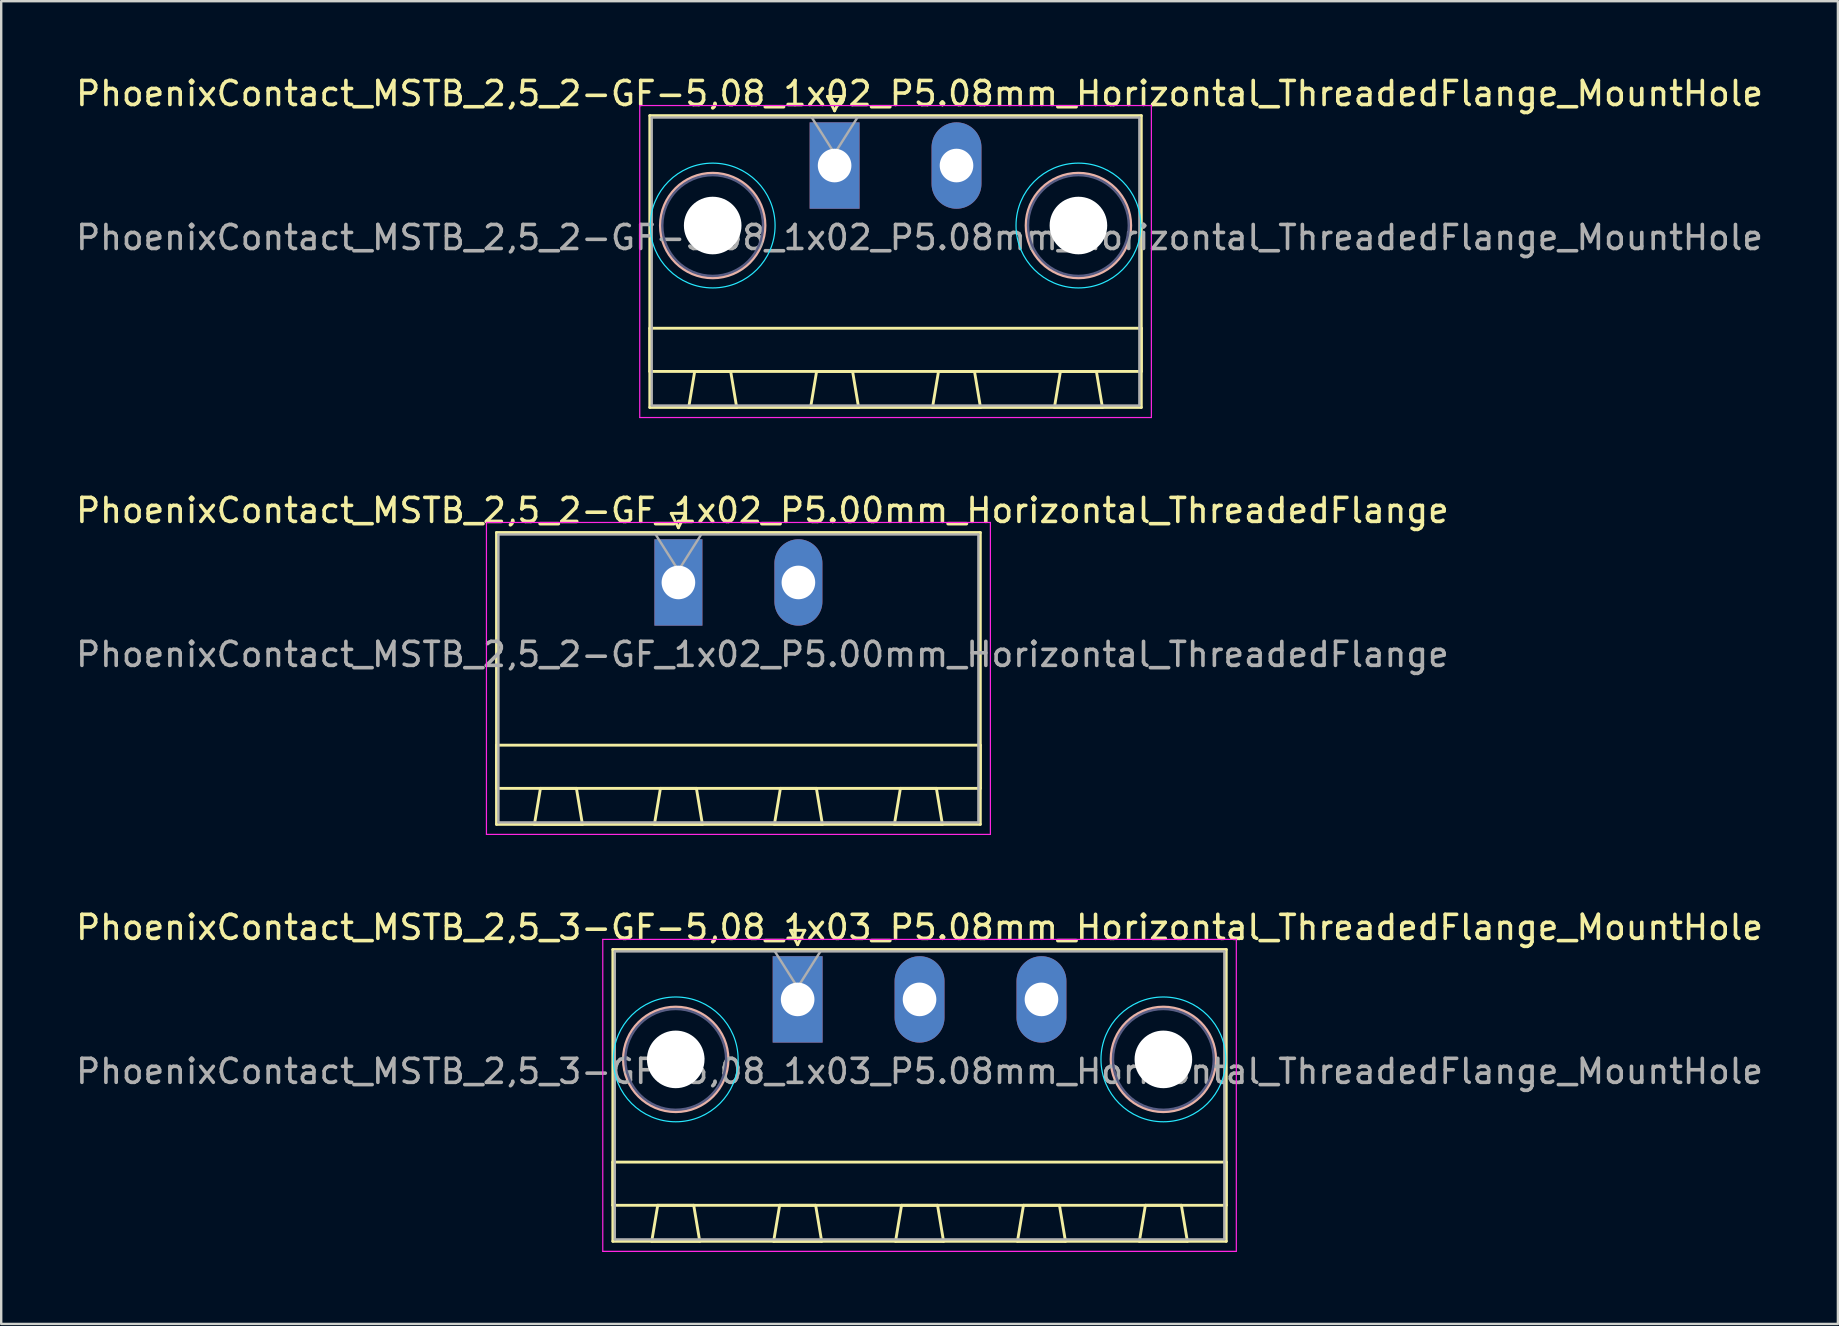
<source format=kicad_pcb>
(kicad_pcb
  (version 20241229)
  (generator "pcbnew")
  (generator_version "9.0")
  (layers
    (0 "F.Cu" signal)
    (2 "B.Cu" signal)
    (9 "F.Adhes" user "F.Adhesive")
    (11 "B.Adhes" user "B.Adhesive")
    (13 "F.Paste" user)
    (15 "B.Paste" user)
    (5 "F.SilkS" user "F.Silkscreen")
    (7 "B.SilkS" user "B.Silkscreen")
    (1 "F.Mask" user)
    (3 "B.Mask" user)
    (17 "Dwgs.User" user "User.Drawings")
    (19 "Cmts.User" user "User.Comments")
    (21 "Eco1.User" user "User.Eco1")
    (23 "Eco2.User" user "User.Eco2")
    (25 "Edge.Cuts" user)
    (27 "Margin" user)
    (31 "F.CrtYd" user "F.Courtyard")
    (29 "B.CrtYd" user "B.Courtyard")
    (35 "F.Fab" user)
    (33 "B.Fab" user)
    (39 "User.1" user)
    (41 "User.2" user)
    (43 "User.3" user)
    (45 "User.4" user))
  (footprint "PhoenixContact_MSTB_2,5_2-GF-5,08_1x02_P5.08mm_Horizontal_ThreadedFlange_MountHole"
    (layer "F.Cu")
    (at 31.728 3.848)
    (property "Reference" "PhoenixContact_MSTB_2,5_2-GF-5,08_1x02_P5.08mm_Horizontal_ThreadedFlange_MountHole" (at 3.54 -3 0) (layer "F.SilkS") (effects (font (size 1 1) (thickness 0.15))))
    (attr through_hole)
    (fp_line (start -7.7 -2.08) (end -7.7 10.08) (stroke (width 0.12) (type solid)) (layer "F.SilkS"))
    (fp_line (start -7.7 6.78) (end 12.78 6.78) (stroke (width 0.12) (type solid)) (layer "F.SilkS"))
    (fp_line (start -7.7 8.58) (end -7.7 6.78) (stroke (width 0.12) (type solid)) (layer "F.SilkS"))
    (fp_line (start -7.7 10.08) (end 12.78 10.08) (stroke (width 0.12) (type solid)) (layer "F.SilkS"))
    (fp_line (start -6.08 10.08) (end -4.08 10.08) (stroke (width 0.12) (type solid)) (layer "F.SilkS"))
    (fp_line (start -5.83 8.58) (end -6.08 10.08) (stroke (width 0.12) (type solid)) (layer "F.SilkS"))
    (fp_line (start -4.33 8.58) (end -5.83 8.58) (stroke (width 0.12) (type solid)) (layer "F.SilkS"))
    (fp_line (start -4.08 10.08) (end -4.33 8.58) (stroke (width 0.12) (type solid)) (layer "F.SilkS"))
    (fp_line (start -1 10.08) (end 1 10.08) (stroke (width 0.12) (type solid)) (layer "F.SilkS"))
    (fp_line (start -0.75 8.58) (end -1 10.08) (stroke (width 0.12) (type solid)) (layer "F.SilkS"))
    (fp_line (start -0.3 -2.88) (end 0.3 -2.88) (stroke (width 0.12) (type solid)) (layer "F.SilkS"))
    (fp_line (start 0 -2.28) (end -0.3 -2.88) (stroke (width 0.12) (type solid)) (layer "F.SilkS"))
    (fp_line (start 0.3 -2.88) (end 0 -2.28) (stroke (width 0.12) (type solid)) (layer "F.SilkS"))
    (fp_line (start 0.75 8.58) (end -0.75 8.58) (stroke (width 0.12) (type solid)) (layer "F.SilkS"))
    (fp_line (start 1 10.08) (end 0.75 8.58) (stroke (width 0.12) (type solid)) (layer "F.SilkS"))
    (fp_line (start 4.08 10.08) (end 6.08 10.08) (stroke (width 0.12) (type solid)) (layer "F.SilkS"))
    (fp_line (start 4.33 8.58) (end 4.08 10.08) (stroke (width 0.12) (type solid)) (layer "F.SilkS"))
    (fp_line (start 5.83 8.58) (end 4.33 8.58) (stroke (width 0.12) (type solid)) (layer "F.SilkS"))
    (fp_line (start 6.08 10.08) (end 5.83 8.58) (stroke (width 0.12) (type solid)) (layer "F.SilkS"))
    (fp_line (start 9.16 10.08) (end 11.16 10.08) (stroke (width 0.12) (type solid)) (layer "F.SilkS"))
    (fp_line (start 9.41 8.58) (end 9.16 10.08) (stroke (width 0.12) (type solid)) (layer "F.SilkS"))
    (fp_line (start 10.91 8.58) (end 9.41 8.58) (stroke (width 0.12) (type solid)) (layer "F.SilkS"))
    (fp_line (start 11.16 10.08) (end 10.91 8.58) (stroke (width 0.12) (type solid)) (layer "F.SilkS"))
    (fp_line (start 12.78 -2.08) (end -7.7 -2.08) (stroke (width 0.12) (type solid)) (layer "F.SilkS"))
    (fp_line (start 12.78 6.78) (end 12.78 8.58) (stroke (width 0.12) (type solid)) (layer "F.SilkS"))
    (fp_line (start 12.78 8.58) (end -7.7 8.58) (stroke (width 0.12) (type solid)) (layer "F.SilkS"))
    (fp_line (start 12.78 10.08) (end 12.78 -2.08) (stroke (width 0.12) (type solid)) (layer "F.SilkS"))
    (fp_circle (center -5.08 2.5) (end -2.9 2.5) (stroke (width 0.12) (type solid)) (fill no) (layer "B.SilkS"))
    (fp_circle (center 10.16 2.5) (end 12.34 2.5) (stroke (width 0.12) (type solid)) (fill no) (layer "B.SilkS"))
    (fp_circle (center -5.08 2.5) (end -2.48 2.5) (stroke (width 0.05) (type solid)) (fill no) (layer "B.CrtYd"))
    (fp_circle (center 10.16 2.5) (end 12.76 2.5) (stroke (width 0.05) (type solid)) (fill no) (layer "B.CrtYd"))
    (fp_line (start -8.12 -2.5) (end -8.12 10.5) (stroke (width 0.05) (type solid)) (layer "F.CrtYd"))
    (fp_line (start -8.12 10.5) (end 13.2 10.5) (stroke (width 0.05) (type solid)) (layer "F.CrtYd"))
    (fp_line (start 13.2 -2.5) (end -8.12 -2.5) (stroke (width 0.05) (type solid)) (layer "F.CrtYd"))
    (fp_line (start 13.2 10.5) (end 13.2 -2.5) (stroke (width 0.05) (type solid)) (layer "F.CrtYd"))
    (fp_circle (center -5.08 2.5) (end -2.98 2.5) (stroke (width 0.1) (type solid)) (fill no) (layer "B.Fab"))
    (fp_circle (center 10.16 2.5) (end 12.26 2.5) (stroke (width 0.1) (type solid)) (fill no) (layer "B.Fab"))
    (fp_line (start -7.62 -2) (end -7.62 10) (stroke (width 0.1) (type solid)) (layer "F.Fab"))
    (fp_line (start -7.62 10) (end 12.7 10) (stroke (width 0.1) (type solid)) (layer "F.Fab"))
    (fp_line (start 0 -0.5) (end -0.95 -2) (stroke (width 0.1) (type solid)) (layer "F.Fab"))
    (fp_line (start 0.95 -2) (end 0 -0.5) (stroke (width 0.1) (type solid)) (layer "F.Fab"))
    (fp_line (start 12.7 -2) (end -7.62 -2) (stroke (width 0.1) (type solid)) (layer "F.Fab"))
    (fp_line (start 12.7 10) (end 12.7 -2) (stroke (width 0.1) (type solid)) (layer "F.Fab"))
    (fp_text user "${REFERENCE}" (at 3.54 3 0) (layer "F.Fab") (effects (font (size 1 1) (thickness 0.15))))
    (pad "" np_thru_hole circle (at -5.08 2.5) (size 2.4 2.4) (drill 2.4) (layers "*.Cu" "*.Mask"))
    (pad "" np_thru_hole circle (at 10.16 2.5) (size 2.4 2.4) (drill 2.4) (layers "*.Cu" "*.Mask"))
    (pad "1" thru_hole rect (at 0 0) (size 2.08 3.6) (drill 1.4) (layers "*.Cu" "*.Mask"))
    (pad "2" thru_hole oval (at 5.08 0) (size 2.08 3.6) (drill 1.4) (layers "*.Cu" "*.Mask")))
  (footprint "PhoenixContact_MSTB_2,5_2-GF_1x02_P5.00mm_Horizontal_ThreadedFlange"
    (layer "F.Cu")
    (at 25.22 21.221)
    (property "Reference" "PhoenixContact_MSTB_2,5_2-GF_1x02_P5.00mm_Horizontal_ThreadedFlange" (at 3.5 -3 0) (layer "F.SilkS") (effects (font (size 1 1) (thickness 0.15))))
    (attr through_hole)
    (fp_line (start -7.58 -2.08) (end -7.58 10.08) (stroke (width 0.12) (type solid)) (layer "F.SilkS"))
    (fp_line (start -7.58 6.78) (end 12.58 6.78) (stroke (width 0.12) (type solid)) (layer "F.SilkS"))
    (fp_line (start -7.58 8.58) (end -7.58 6.78) (stroke (width 0.12) (type solid)) (layer "F.SilkS"))
    (fp_line (start -7.58 10.08) (end 12.58 10.08) (stroke (width 0.12) (type solid)) (layer "F.SilkS"))
    (fp_line (start -6 10.08) (end -4 10.08) (stroke (width 0.12) (type solid)) (layer "F.SilkS"))
    (fp_line (start -5.75 8.58) (end -6 10.08) (stroke (width 0.12) (type solid)) (layer "F.SilkS"))
    (fp_line (start -4.25 8.58) (end -5.75 8.58) (stroke (width 0.12) (type solid)) (layer "F.SilkS"))
    (fp_line (start -4 10.08) (end -4.25 8.58) (stroke (width 0.12) (type solid)) (layer "F.SilkS"))
    (fp_line (start -1 10.08) (end 1 10.08) (stroke (width 0.12) (type solid)) (layer "F.SilkS"))
    (fp_line (start -0.75 8.58) (end -1 10.08) (stroke (width 0.12) (type solid)) (layer "F.SilkS"))
    (fp_line (start -0.3 -2.88) (end 0.3 -2.88) (stroke (width 0.12) (type solid)) (layer "F.SilkS"))
    (fp_line (start 0 -2.28) (end -0.3 -2.88) (stroke (width 0.12) (type solid)) (layer "F.SilkS"))
    (fp_line (start 0.3 -2.88) (end 0 -2.28) (stroke (width 0.12) (type solid)) (layer "F.SilkS"))
    (fp_line (start 0.75 8.58) (end -0.75 8.58) (stroke (width 0.12) (type solid)) (layer "F.SilkS"))
    (fp_line (start 1 10.08) (end 0.75 8.58) (stroke (width 0.12) (type solid)) (layer "F.SilkS"))
    (fp_line (start 4 10.08) (end 6 10.08) (stroke (width 0.12) (type solid)) (layer "F.SilkS"))
    (fp_line (start 4.25 8.58) (end 4 10.08) (stroke (width 0.12) (type solid)) (layer "F.SilkS"))
    (fp_line (start 5.75 8.58) (end 4.25 8.58) (stroke (width 0.12) (type solid)) (layer "F.SilkS"))
    (fp_line (start 6 10.08) (end 5.75 8.58) (stroke (width 0.12) (type solid)) (layer "F.SilkS"))
    (fp_line (start 9 10.08) (end 11 10.08) (stroke (width 0.12) (type solid)) (layer "F.SilkS"))
    (fp_line (start 9.25 8.58) (end 9 10.08) (stroke (width 0.12) (type solid)) (layer "F.SilkS"))
    (fp_line (start 10.75 8.58) (end 9.25 8.58) (stroke (width 0.12) (type solid)) (layer "F.SilkS"))
    (fp_line (start 11 10.08) (end 10.75 8.58) (stroke (width 0.12) (type solid)) (layer "F.SilkS"))
    (fp_line (start 12.58 -2.08) (end -7.58 -2.08) (stroke (width 0.12) (type solid)) (layer "F.SilkS"))
    (fp_line (start 12.58 6.78) (end 12.58 8.58) (stroke (width 0.12) (type solid)) (layer "F.SilkS"))
    (fp_line (start 12.58 8.58) (end -7.58 8.58) (stroke (width 0.12) (type solid)) (layer "F.SilkS"))
    (fp_line (start 12.58 10.08) (end 12.58 -2.08) (stroke (width 0.12) (type solid)) (layer "F.SilkS"))
    (fp_line (start -8 -2.5) (end -8 10.5) (stroke (width 0.05) (type solid)) (layer "F.CrtYd"))
    (fp_line (start -8 10.5) (end 13 10.5) (stroke (width 0.05) (type solid)) (layer "F.CrtYd"))
    (fp_line (start 13 -2.5) (end -8 -2.5) (stroke (width 0.05) (type solid)) (layer "F.CrtYd"))
    (fp_line (start 13 10.5) (end 13 -2.5) (stroke (width 0.05) (type solid)) (layer "F.CrtYd"))
    (fp_line (start -7.5 -2) (end -7.5 10) (stroke (width 0.1) (type solid)) (layer "F.Fab"))
    (fp_line (start -7.5 10) (end 12.5 10) (stroke (width 0.1) (type solid)) (layer "F.Fab"))
    (fp_line (start 0 -0.5) (end -0.95 -2) (stroke (width 0.1) (type solid)) (layer "F.Fab"))
    (fp_line (start 0.95 -2) (end 0 -0.5) (stroke (width 0.1) (type solid)) (layer "F.Fab"))
    (fp_line (start 12.5 -2) (end -7.5 -2) (stroke (width 0.1) (type solid)) (layer "F.Fab"))
    (fp_line (start 12.5 10) (end 12.5 -2) (stroke (width 0.1) (type solid)) (layer "F.Fab"))
    (fp_text user "${REFERENCE}" (at 3.5 3 0) (layer "F.Fab") (effects (font (size 1 1) (thickness 0.15))))
    (pad "1" thru_hole rect (at 0 0) (size 2 3.6) (drill 1.4) (layers "*.Cu" "*.Mask"))
    (pad "2" thru_hole oval (at 5 0) (size 2 3.6) (drill 1.4) (layers "*.Cu" "*.Mask")))
  (footprint "PhoenixContact_MSTB_2,5_3-GF-5,08_1x03_P5.08mm_Horizontal_ThreadedFlange_MountHole"
    (layer "F.Cu")
    (at 30.188 38.595)
    (property "Reference" "PhoenixContact_MSTB_2,5_3-GF-5,08_1x03_P5.08mm_Horizontal_ThreadedFlange_MountHole" (at 5.08 -3 0) (layer "F.SilkS") (effects (font (size 1 1) (thickness 0.15))))
    (attr through_hole)
    (fp_line (start -7.7 -2.08) (end -7.7 10.08) (stroke (width 0.12) (type solid)) (layer "F.SilkS"))
    (fp_line (start -7.7 6.78) (end 17.86 6.78) (stroke (width 0.12) (type solid)) (layer "F.SilkS"))
    (fp_line (start -7.7 8.58) (end -7.7 6.78) (stroke (width 0.12) (type solid)) (layer "F.SilkS"))
    (fp_line (start -7.7 10.08) (end 17.86 10.08) (stroke (width 0.12) (type solid)) (layer "F.SilkS"))
    (fp_line (start -6.08 10.08) (end -4.08 10.08) (stroke (width 0.12) (type solid)) (layer "F.SilkS"))
    (fp_line (start -5.83 8.58) (end -6.08 10.08) (stroke (width 0.12) (type solid)) (layer "F.SilkS"))
    (fp_line (start -4.33 8.58) (end -5.83 8.58) (stroke (width 0.12) (type solid)) (layer "F.SilkS"))
    (fp_line (start -4.08 10.08) (end -4.33 8.58) (stroke (width 0.12) (type solid)) (layer "F.SilkS"))
    (fp_line (start -1 10.08) (end 1 10.08) (stroke (width 0.12) (type solid)) (layer "F.SilkS"))
    (fp_line (start -0.75 8.58) (end -1 10.08) (stroke (width 0.12) (type solid)) (layer "F.SilkS"))
    (fp_line (start -0.3 -2.88) (end 0.3 -2.88) (stroke (width 0.12) (type solid)) (layer "F.SilkS"))
    (fp_line (start 0 -2.28) (end -0.3 -2.88) (stroke (width 0.12) (type solid)) (layer "F.SilkS"))
    (fp_line (start 0.3 -2.88) (end 0 -2.28) (stroke (width 0.12) (type solid)) (layer "F.SilkS"))
    (fp_line (start 0.75 8.58) (end -0.75 8.58) (stroke (width 0.12) (type solid)) (layer "F.SilkS"))
    (fp_line (start 1 10.08) (end 0.75 8.58) (stroke (width 0.12) (type solid)) (layer "F.SilkS"))
    (fp_line (start 4.08 10.08) (end 6.08 10.08) (stroke (width 0.12) (type solid)) (layer "F.SilkS"))
    (fp_line (start 4.33 8.58) (end 4.08 10.08) (stroke (width 0.12) (type solid)) (layer "F.SilkS"))
    (fp_line (start 5.83 8.58) (end 4.33 8.58) (stroke (width 0.12) (type solid)) (layer "F.SilkS"))
    (fp_line (start 6.08 10.08) (end 5.83 8.58) (stroke (width 0.12) (type solid)) (layer "F.SilkS"))
    (fp_line (start 9.16 10.08) (end 11.16 10.08) (stroke (width 0.12) (type solid)) (layer "F.SilkS"))
    (fp_line (start 9.41 8.58) (end 9.16 10.08) (stroke (width 0.12) (type solid)) (layer "F.SilkS"))
    (fp_line (start 10.91 8.58) (end 9.41 8.58) (stroke (width 0.12) (type solid)) (layer "F.SilkS"))
    (fp_line (start 11.16 10.08) (end 10.91 8.58) (stroke (width 0.12) (type solid)) (layer "F.SilkS"))
    (fp_line (start 14.24 10.08) (end 16.24 10.08) (stroke (width 0.12) (type solid)) (layer "F.SilkS"))
    (fp_line (start 14.49 8.58) (end 14.24 10.08) (stroke (width 0.12) (type solid)) (layer "F.SilkS"))
    (fp_line (start 15.99 8.58) (end 14.49 8.58) (stroke (width 0.12) (type solid)) (layer "F.SilkS"))
    (fp_line (start 16.24 10.08) (end 15.99 8.58) (stroke (width 0.12) (type solid)) (layer "F.SilkS"))
    (fp_line (start 17.86 -2.08) (end -7.7 -2.08) (stroke (width 0.12) (type solid)) (layer "F.SilkS"))
    (fp_line (start 17.86 6.78) (end 17.86 8.58) (stroke (width 0.12) (type solid)) (layer "F.SilkS"))
    (fp_line (start 17.86 8.58) (end -7.7 8.58) (stroke (width 0.12) (type solid)) (layer "F.SilkS"))
    (fp_line (start 17.86 10.08) (end 17.86 -2.08) (stroke (width 0.12) (type solid)) (layer "F.SilkS"))
    (fp_circle (center -5.08 2.5) (end -2.9 2.5) (stroke (width 0.12) (type solid)) (fill no) (layer "B.SilkS"))
    (fp_circle (center 15.24 2.5) (end 17.42 2.5) (stroke (width 0.12) (type solid)) (fill no) (layer "B.SilkS"))
    (fp_circle (center -5.08 2.5) (end -2.48 2.5) (stroke (width 0.05) (type solid)) (fill no) (layer "B.CrtYd"))
    (fp_circle (center 15.24 2.5) (end 17.84 2.5) (stroke (width 0.05) (type solid)) (fill no) (layer "B.CrtYd"))
    (fp_line (start -8.12 -2.5) (end -8.12 10.5) (stroke (width 0.05) (type solid)) (layer "F.CrtYd"))
    (fp_line (start -8.12 10.5) (end 18.28 10.5) (stroke (width 0.05) (type solid)) (layer "F.CrtYd"))
    (fp_line (start 18.28 -2.5) (end -8.12 -2.5) (stroke (width 0.05) (type solid)) (layer "F.CrtYd"))
    (fp_line (start 18.28 10.5) (end 18.28 -2.5) (stroke (width 0.05) (type solid)) (layer "F.CrtYd"))
    (fp_circle (center -5.08 2.5) (end -2.98 2.5) (stroke (width 0.1) (type solid)) (fill no) (layer "B.Fab"))
    (fp_circle (center 15.24 2.5) (end 17.34 2.5) (stroke (width 0.1) (type solid)) (fill no) (layer "B.Fab"))
    (fp_line (start -7.62 -2) (end -7.62 10) (stroke (width 0.1) (type solid)) (layer "F.Fab"))
    (fp_line (start -7.62 10) (end 17.78 10) (stroke (width 0.1) (type solid)) (layer "F.Fab"))
    (fp_line (start 0 -0.5) (end -0.95 -2) (stroke (width 0.1) (type solid)) (layer "F.Fab"))
    (fp_line (start 0.95 -2) (end 0 -0.5) (stroke (width 0.1) (type solid)) (layer "F.Fab"))
    (fp_line (start 17.78 -2) (end -7.62 -2) (stroke (width 0.1) (type solid)) (layer "F.Fab"))
    (fp_line (start 17.78 10) (end 17.78 -2) (stroke (width 0.1) (type solid)) (layer "F.Fab"))
    (fp_text user "${REFERENCE}" (at 5.08 3 0) (layer "F.Fab") (effects (font (size 1 1) (thickness 0.15))))
    (pad "" np_thru_hole circle (at -5.08 2.5) (size 2.4 2.4) (drill 2.4) (layers "*.Cu" "*.Mask"))
    (pad "" np_thru_hole circle (at 15.24 2.5) (size 2.4 2.4) (drill 2.4) (layers "*.Cu" "*.Mask"))
    (pad "1" thru_hole rect (at 0 0) (size 2.08 3.6) (drill 1.4) (layers "*.Cu" "*.Mask"))
    (pad "2" thru_hole oval (at 5.08 0) (size 2.08 3.6) (drill 1.4) (layers "*.Cu" "*.Mask"))
    (pad "3" thru_hole oval (at 10.16 0) (size 2.08 3.6) (drill 1.4) (layers "*.Cu" "*.Mask")))
  (gr_rect
    (start -3 -3)
    (end 73.536 52.12)
    (stroke (width 0.1) (type default))
    (fill no)
    (layer "Edge.Cuts")))
</source>
